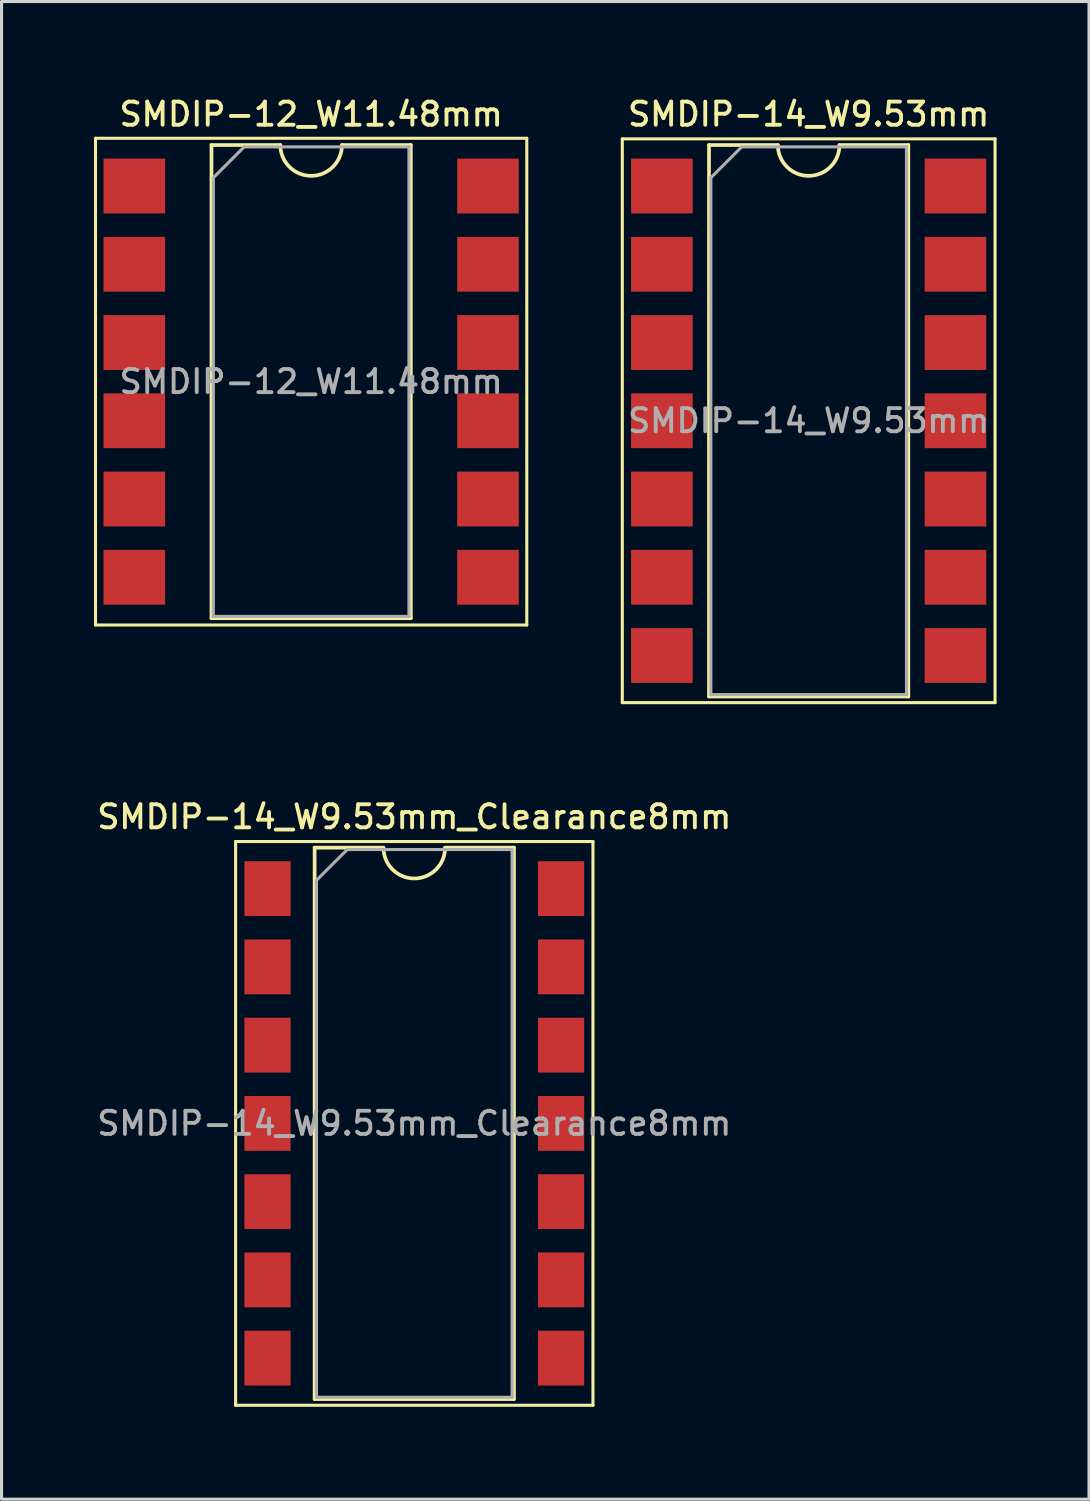
<source format=kicad_pcb>
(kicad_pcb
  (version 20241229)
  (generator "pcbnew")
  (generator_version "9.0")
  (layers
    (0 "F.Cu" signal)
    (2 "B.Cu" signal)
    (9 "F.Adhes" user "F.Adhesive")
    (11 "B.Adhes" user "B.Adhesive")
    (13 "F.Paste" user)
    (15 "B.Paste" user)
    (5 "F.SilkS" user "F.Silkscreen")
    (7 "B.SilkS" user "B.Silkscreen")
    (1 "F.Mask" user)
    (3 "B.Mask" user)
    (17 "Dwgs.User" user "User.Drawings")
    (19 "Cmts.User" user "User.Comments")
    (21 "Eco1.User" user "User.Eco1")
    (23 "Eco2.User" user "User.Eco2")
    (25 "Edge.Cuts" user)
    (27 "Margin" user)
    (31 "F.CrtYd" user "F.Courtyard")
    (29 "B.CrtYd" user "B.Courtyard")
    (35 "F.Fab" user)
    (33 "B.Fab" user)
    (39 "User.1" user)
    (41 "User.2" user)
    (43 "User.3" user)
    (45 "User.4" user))
  (footprint "SMDIP-14_W9.53mm"
    (layer "F.Cu")
    (at 23.2 10.608)
    (property "Reference" "SMDIP-14_W9.53mm" (at 0 -9.95 0) (layer "F.SilkS") (effects (font (size 0.75 0.75) (thickness 0.125))))
    (attr smd)
    (fp_line (start -6.05 -9.15) (end -6.05 9.15) (stroke (width 0.1) (type solid)) (layer "F.SilkS"))
    (fp_line (start -6.05 9.15) (end 6.05 9.15) (stroke (width 0.1) (type solid)) (layer "F.SilkS"))
    (fp_line (start -3.235 -8.95) (end -3.235 8.95) (stroke (width 0.12) (type solid)) (layer "F.SilkS"))
    (fp_line (start -3.235 8.95) (end 3.235 8.95) (stroke (width 0.12) (type solid)) (layer "F.SilkS"))
    (fp_line (start -1 -8.95) (end -3.235 -8.95) (stroke (width 0.12) (type solid)) (layer "F.SilkS"))
    (fp_line (start 3.235 -8.95) (end 1 -8.95) (stroke (width 0.12) (type solid)) (layer "F.SilkS"))
    (fp_line (start 3.235 8.95) (end 3.235 -8.95) (stroke (width 0.12) (type solid)) (layer "F.SilkS"))
    (fp_line (start 6.05 -9.15) (end -6.05 -9.15) (stroke (width 0.1) (type solid)) (layer "F.SilkS"))
    (fp_line (start 6.05 9.15) (end 6.05 -9.15) (stroke (width 0.1) (type solid)) (layer "F.SilkS"))
    (fp_arc (start 1 -8.95) (mid 0 -7.95) (end -1 -8.95) (stroke (width 0.12) (type solid)) (layer "F.SilkS"))
    (fp_line (start -3.175 -7.89) (end -2.175 -8.89) (stroke (width 0.1) (type solid)) (layer "F.Fab"))
    (fp_line (start -3.175 8.89) (end -3.175 -7.89) (stroke (width 0.1) (type solid)) (layer "F.Fab"))
    (fp_line (start -2.175 -8.89) (end 3.175 -8.89) (stroke (width 0.1) (type solid)) (layer "F.Fab"))
    (fp_line (start 3.175 -8.89) (end 3.175 8.89) (stroke (width 0.1) (type solid)) (layer "F.Fab"))
    (fp_line (start 3.175 8.89) (end -3.175 8.89) (stroke (width 0.1) (type solid)) (layer "F.Fab"))
    (fp_text user "${REFERENCE}" (at 0 0 0) (layer "F.Fab") (effects (font (size 0.75 0.75) (thickness 0.125))))
    (pad "1" smd rect (at -4.765 -7.62) (size 2 1.78) (layers "F.Cu" "F.Mask" "F.Paste"))
    (pad "2" smd rect (at -4.765 -5.08) (size 2 1.78) (layers "F.Cu" "F.Mask" "F.Paste"))
    (pad "3" smd rect (at -4.765 -2.54) (size 2 1.78) (layers "F.Cu" "F.Mask" "F.Paste"))
    (pad "4" smd rect (at -4.765 0) (size 2 1.78) (layers "F.Cu" "F.Mask" "F.Paste"))
    (pad "5" smd rect (at -4.765 2.54) (size 2 1.78) (layers "F.Cu" "F.Mask" "F.Paste"))
    (pad "6" smd rect (at -4.765 5.08) (size 2 1.78) (layers "F.Cu" "F.Mask" "F.Paste"))
    (pad "7" smd rect (at -4.765 7.62) (size 2 1.78) (layers "F.Cu" "F.Mask" "F.Paste"))
    (pad "8" smd rect (at 4.765 7.62) (size 2 1.78) (layers "F.Cu" "F.Mask" "F.Paste"))
    (pad "9" smd rect (at 4.765 5.08) (size 2 1.78) (layers "F.Cu" "F.Mask" "F.Paste"))
    (pad "10" smd rect (at 4.765 2.54) (size 2 1.78) (layers "F.Cu" "F.Mask" "F.Paste"))
    (pad "11" smd rect (at 4.765 0) (size 2 1.78) (layers "F.Cu" "F.Mask" "F.Paste"))
    (pad "12" smd rect (at 4.765 -2.54) (size 2 1.78) (layers "F.Cu" "F.Mask" "F.Paste"))
    (pad "13" smd rect (at 4.765 -5.08) (size 2 1.78) (layers "F.Cu" "F.Mask" "F.Paste"))
    (pad "14" smd rect (at 4.765 -7.62) (size 2 1.78) (layers "F.Cu" "F.Mask" "F.Paste")))
  (footprint "SMDIP-14_W9.53mm_Clearance8mm"
    (layer "F.Cu")
    (at 10.398 33.416)
    (property "Reference" "SMDIP-14_W9.53mm_Clearance8mm" (at 0 -9.95 0) (layer "F.SilkS") (effects (font (size 0.75 0.75) (thickness 0.125))))
    (attr smd)
    (fp_line (start -5.8 -9.15) (end -5.8 9.15) (stroke (width 0.1) (type solid)) (layer "F.SilkS"))
    (fp_line (start -5.8 9.15) (end 5.8 9.15) (stroke (width 0.1) (type solid)) (layer "F.SilkS"))
    (fp_line (start -3.235 -8.95) (end -3.235 8.95) (stroke (width 0.12) (type solid)) (layer "F.SilkS"))
    (fp_line (start -3.235 8.95) (end 3.235 8.95) (stroke (width 0.12) (type solid)) (layer "F.SilkS"))
    (fp_line (start -1 -8.95) (end -3.235 -8.95) (stroke (width 0.12) (type solid)) (layer "F.SilkS"))
    (fp_line (start 3.235 -8.95) (end 1 -8.95) (stroke (width 0.12) (type solid)) (layer "F.SilkS"))
    (fp_line (start 3.235 8.95) (end 3.235 -8.95) (stroke (width 0.12) (type solid)) (layer "F.SilkS"))
    (fp_line (start 5.8 -9.15) (end -5.8 -9.15) (stroke (width 0.1) (type solid)) (layer "F.SilkS"))
    (fp_line (start 5.8 9.15) (end 5.8 -9.15) (stroke (width 0.1) (type solid)) (layer "F.SilkS"))
    (fp_arc (start 1 -8.95) (mid 0 -7.95) (end -1 -8.95) (stroke (width 0.12) (type solid)) (layer "F.SilkS"))
    (fp_line (start -3.175 -7.89) (end -2.175 -8.89) (stroke (width 0.1) (type solid)) (layer "F.Fab"))
    (fp_line (start -3.175 8.89) (end -3.175 -7.89) (stroke (width 0.1) (type solid)) (layer "F.Fab"))
    (fp_line (start -2.175 -8.89) (end 3.175 -8.89) (stroke (width 0.1) (type solid)) (layer "F.Fab"))
    (fp_line (start 3.175 -8.89) (end 3.175 8.89) (stroke (width 0.1) (type solid)) (layer "F.Fab"))
    (fp_line (start 3.175 8.89) (end -3.175 8.89) (stroke (width 0.1) (type solid)) (layer "F.Fab"))
    (fp_text user "${REFERENCE}" (at 0 0 0) (layer "F.Fab") (effects (font (size 0.75 0.75) (thickness 0.125))))
    (pad "1" smd rect (at -4.765 -7.62) (size 1.5 1.78) (layers "F.Cu" "F.Mask" "F.Paste"))
    (pad "2" smd rect (at -4.765 -5.08) (size 1.5 1.78) (layers "F.Cu" "F.Mask" "F.Paste"))
    (pad "3" smd rect (at -4.765 -2.54) (size 1.5 1.78) (layers "F.Cu" "F.Mask" "F.Paste"))
    (pad "4" smd rect (at -4.765 0) (size 1.5 1.78) (layers "F.Cu" "F.Mask" "F.Paste"))
    (pad "5" smd rect (at -4.765 2.54) (size 1.5 1.78) (layers "F.Cu" "F.Mask" "F.Paste"))
    (pad "6" smd rect (at -4.765 5.08) (size 1.5 1.78) (layers "F.Cu" "F.Mask" "F.Paste"))
    (pad "7" smd rect (at -4.765 7.62) (size 1.5 1.78) (layers "F.Cu" "F.Mask" "F.Paste"))
    (pad "8" smd rect (at 4.765 7.62) (size 1.5 1.78) (layers "F.Cu" "F.Mask" "F.Paste"))
    (pad "9" smd rect (at 4.765 5.08) (size 1.5 1.78) (layers "F.Cu" "F.Mask" "F.Paste"))
    (pad "10" smd rect (at 4.765 2.54) (size 1.5 1.78) (layers "F.Cu" "F.Mask" "F.Paste"))
    (pad "11" smd rect (at 4.765 0) (size 1.5 1.78) (layers "F.Cu" "F.Mask" "F.Paste"))
    (pad "12" smd rect (at 4.765 -2.54) (size 1.5 1.78) (layers "F.Cu" "F.Mask" "F.Paste"))
    (pad "13" smd rect (at 4.765 -5.08) (size 1.5 1.78) (layers "F.Cu" "F.Mask" "F.Paste"))
    (pad "14" smd rect (at 4.765 -7.62) (size 1.5 1.78) (layers "F.Cu" "F.Mask" "F.Paste")))
  (footprint "SMDIP-12_W11.48mm"
    (layer "F.Cu")
    (at 7.05 9.338)
    (property "Reference" "SMDIP-12_W11.48mm" (at 0 -8.68 0) (layer "F.SilkS") (effects (font (size 0.75 0.75) (thickness 0.125))))
    (attr smd)
    (fp_line (start -7 -7.9) (end -7 7.9) (stroke (width 0.1) (type solid)) (layer "F.SilkS"))
    (fp_line (start -7 7.9) (end 7 7.9) (stroke (width 0.1) (type solid)) (layer "F.SilkS"))
    (fp_line (start -3.235 -7.68) (end -3.235 7.68) (stroke (width 0.12) (type solid)) (layer "F.SilkS"))
    (fp_line (start -3.235 7.68) (end 3.235 7.68) (stroke (width 0.12) (type solid)) (layer "F.SilkS"))
    (fp_line (start -1 -7.68) (end -3.235 -7.68) (stroke (width 0.12) (type solid)) (layer "F.SilkS"))
    (fp_line (start 3.235 -7.68) (end 1 -7.68) (stroke (width 0.12) (type solid)) (layer "F.SilkS"))
    (fp_line (start 3.235 7.68) (end 3.235 -7.68) (stroke (width 0.12) (type solid)) (layer "F.SilkS"))
    (fp_line (start 7 -7.9) (end -7 -7.9) (stroke (width 0.1) (type solid)) (layer "F.SilkS"))
    (fp_line (start 7 7.9) (end 7 -7.9) (stroke (width 0.1) (type solid)) (layer "F.SilkS"))
    (fp_arc (start 1 -7.68) (mid 0 -6.68) (end -1 -7.68) (stroke (width 0.12) (type solid)) (layer "F.SilkS"))
    (fp_line (start -3.175 -6.62) (end -2.175 -7.62) (stroke (width 0.1) (type solid)) (layer "F.Fab"))
    (fp_line (start -3.175 7.62) (end -3.175 -6.62) (stroke (width 0.1) (type solid)) (layer "F.Fab"))
    (fp_line (start -2.175 -7.62) (end 3.175 -7.62) (stroke (width 0.1) (type solid)) (layer "F.Fab"))
    (fp_line (start 3.175 -7.62) (end 3.175 7.62) (stroke (width 0.1) (type solid)) (layer "F.Fab"))
    (fp_line (start 3.175 7.62) (end -3.175 7.62) (stroke (width 0.1) (type solid)) (layer "F.Fab"))
    (fp_text user "${REFERENCE}" (at 0 0 0) (layer "F.Fab") (effects (font (size 0.75 0.75) (thickness 0.125))))
    (pad "1" smd rect (at -5.74 -6.35) (size 2 1.78) (layers "F.Cu" "F.Mask" "F.Paste"))
    (pad "2" smd rect (at -5.74 -3.81) (size 2 1.78) (layers "F.Cu" "F.Mask" "F.Paste"))
    (pad "3" smd rect (at -5.74 -1.27) (size 2 1.78) (layers "F.Cu" "F.Mask" "F.Paste"))
    (pad "4" smd rect (at -5.74 1.27) (size 2 1.78) (layers "F.Cu" "F.Mask" "F.Paste"))
    (pad "5" smd rect (at -5.74 3.81) (size 2 1.78) (layers "F.Cu" "F.Mask" "F.Paste"))
    (pad "6" smd rect (at -5.74 6.35) (size 2 1.78) (layers "F.Cu" "F.Mask" "F.Paste"))
    (pad "7" smd rect (at 5.74 6.35) (size 2 1.78) (layers "F.Cu" "F.Mask" "F.Paste"))
    (pad "8" smd rect (at 5.74 3.81) (size 2 1.78) (layers "F.Cu" "F.Mask" "F.Paste"))
    (pad "9" smd rect (at 5.74 1.27) (size 2 1.78) (layers "F.Cu" "F.Mask" "F.Paste"))
    (pad "10" smd rect (at 5.74 -1.27) (size 2 1.78) (layers "F.Cu" "F.Mask" "F.Paste"))
    (pad "11" smd rect (at 5.74 -3.81) (size 2 1.78) (layers "F.Cu" "F.Mask" "F.Paste"))
    (pad "12" smd rect (at 5.74 -6.35) (size 2 1.78) (layers "F.Cu" "F.Mask" "F.Paste")))
  (gr_rect
    (start -3 -3)
    (end 32.3 45.616)
    (stroke (width 0.1) (type default))
    (fill no)
    (layer "Edge.Cuts")))
</source>
